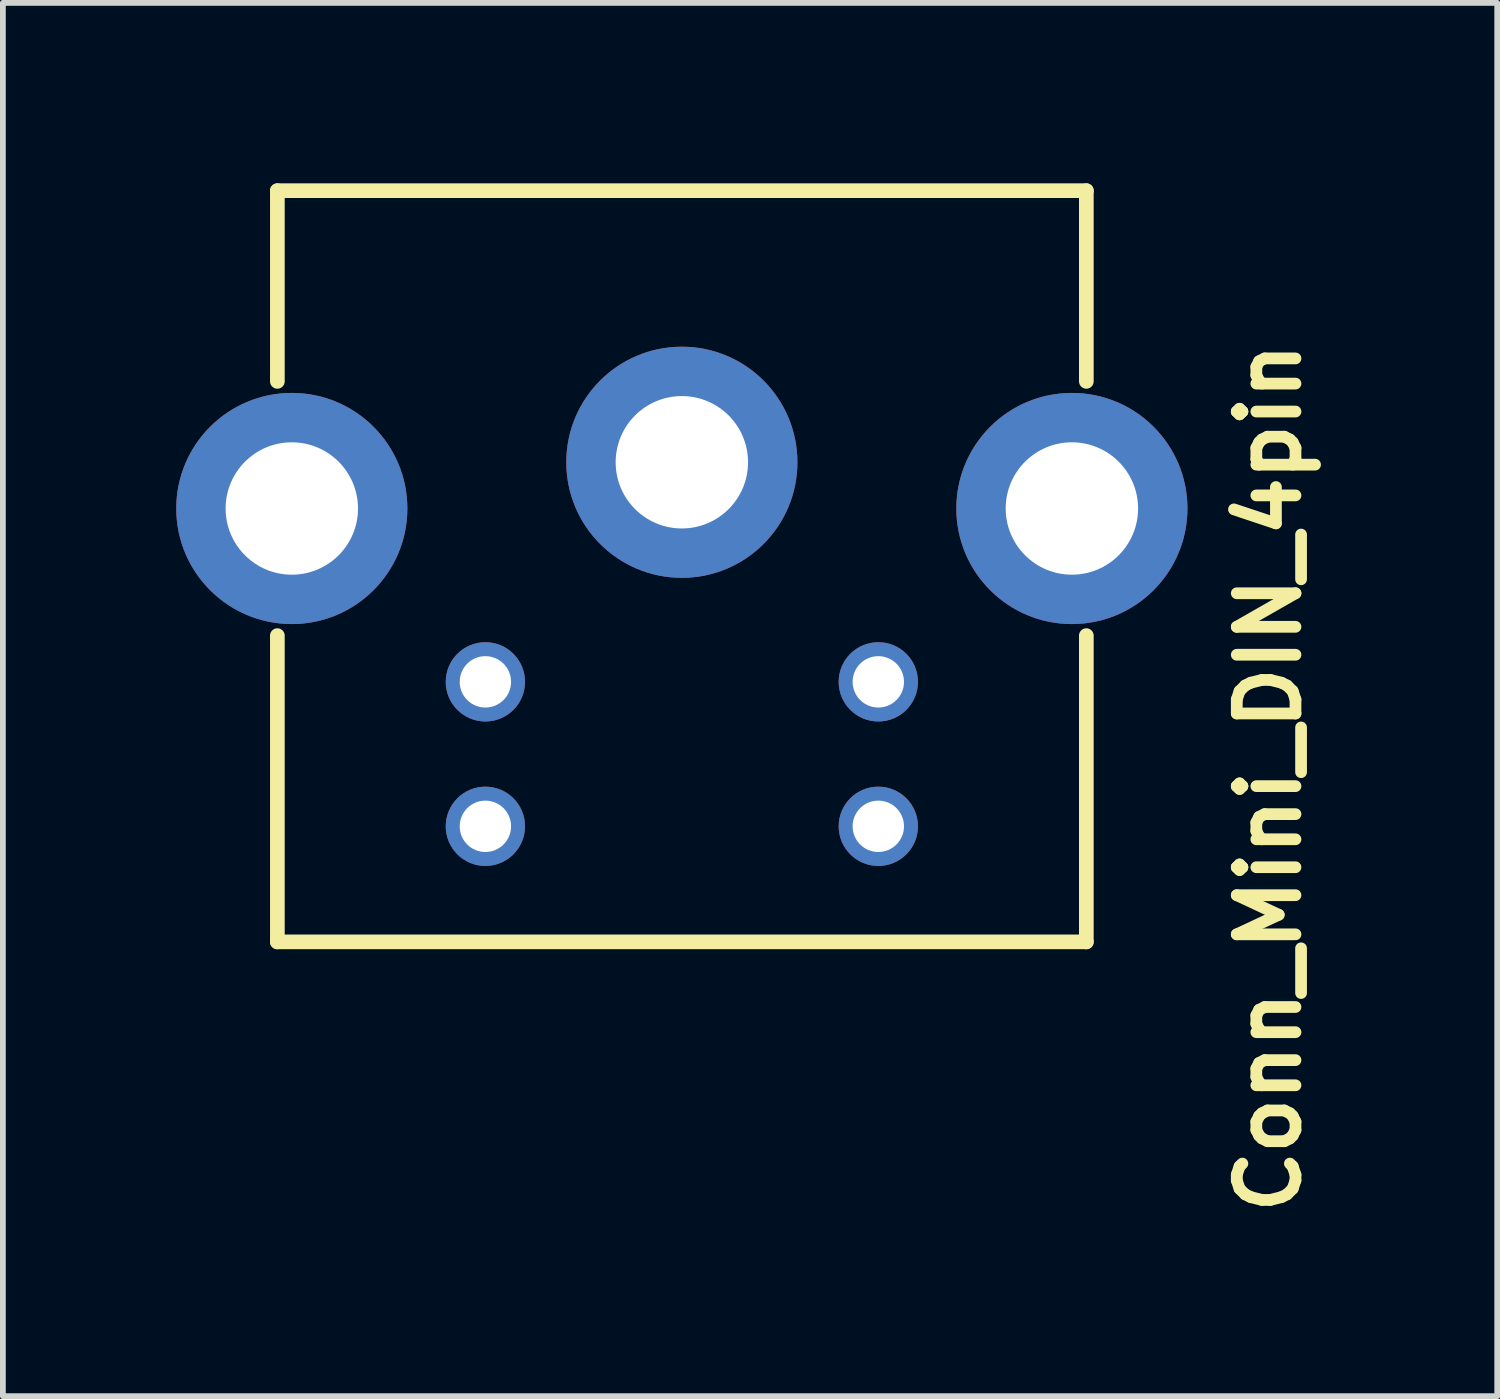
<source format=kicad_pcb>
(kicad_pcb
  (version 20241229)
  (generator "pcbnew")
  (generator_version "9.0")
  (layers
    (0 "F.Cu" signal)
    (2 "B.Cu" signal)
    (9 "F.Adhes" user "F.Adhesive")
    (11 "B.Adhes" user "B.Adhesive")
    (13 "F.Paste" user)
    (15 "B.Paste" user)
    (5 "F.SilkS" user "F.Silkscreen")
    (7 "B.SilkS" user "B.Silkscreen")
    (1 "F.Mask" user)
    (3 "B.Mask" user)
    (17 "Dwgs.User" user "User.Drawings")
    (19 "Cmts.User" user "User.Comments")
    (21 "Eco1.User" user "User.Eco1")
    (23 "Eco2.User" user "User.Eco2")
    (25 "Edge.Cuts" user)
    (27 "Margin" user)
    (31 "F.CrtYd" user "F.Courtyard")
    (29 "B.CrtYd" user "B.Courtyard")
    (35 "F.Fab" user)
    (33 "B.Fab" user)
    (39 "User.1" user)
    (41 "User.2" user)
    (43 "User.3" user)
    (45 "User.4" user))
  (footprint "Conn_Mini_DIN_4pin"
    (layer "F.Cu")
    (at 8.75 0.25)
    (property "Reference" "Conn_Mini_DIN_4pin" (at 10.16 10.16 90) (layer "F.SilkS") (effects (font (size 1.016 1.016) (thickness 0.203))))
    (attr through_hole)
    (fp_line (start -7 0) (end -7 3.3) (stroke (width 0.254) (type solid)) (layer "F.SilkS"))
    (fp_line (start -7 0) (end 7 0) (stroke (width 0.254) (type solid)) (layer "F.SilkS"))
    (fp_line (start -7 13) (end -7 7.7) (stroke (width 0.254) (type solid)) (layer "F.SilkS"))
    (fp_line (start 7 0) (end 7 3.3) (stroke (width 0.254) (type solid)) (layer "F.SilkS"))
    (fp_line (start 7 13) (end -7 13) (stroke (width 0.254) (type solid)) (layer "F.SilkS"))
    (fp_line (start 7 13) (end 7 7.7) (stroke (width 0.254) (type solid)) (layer "F.SilkS"))
    (pad "1" thru_hole circle (at -3.4 8.5 180) (size 1.372 1.372) (drill 0.889) (layers "*.Cu" "*.Mask"))
    (pad "2" thru_hole circle (at 3.4 8.5 180) (size 1.372 1.372) (drill 0.889) (layers "*.Cu" "*.Mask"))
    (pad "3" thru_hole circle (at -3.4 11 180) (size 1.372 1.372) (drill 0.889) (layers "*.Cu" "*.Mask"))
    (pad "4" thru_hole circle (at 3.4 11 180) (size 1.372 1.372) (drill 0.889) (layers "*.Cu" "*.Mask"))
    (pad "~" thru_hole circle (at -6.75 5.5 180) (size 4 4) (drill 2.291) (layers "*.Cu" "*.Mask"))
    (pad "~" thru_hole circle (at 0 4.7 180) (size 4 4) (drill 2.291) (layers "*.Cu" "*.Mask"))
    (pad "~" thru_hole circle (at 6.75 5.5 180) (size 4 4) (drill 2.291) (layers "*.Cu" "*.Mask")))
  (gr_rect
    (start -3 -3)
    (end 22.861 21.112)
    (stroke (width 0.1) (type default))
    (fill no)
    (layer "Edge.Cuts")))
</source>
